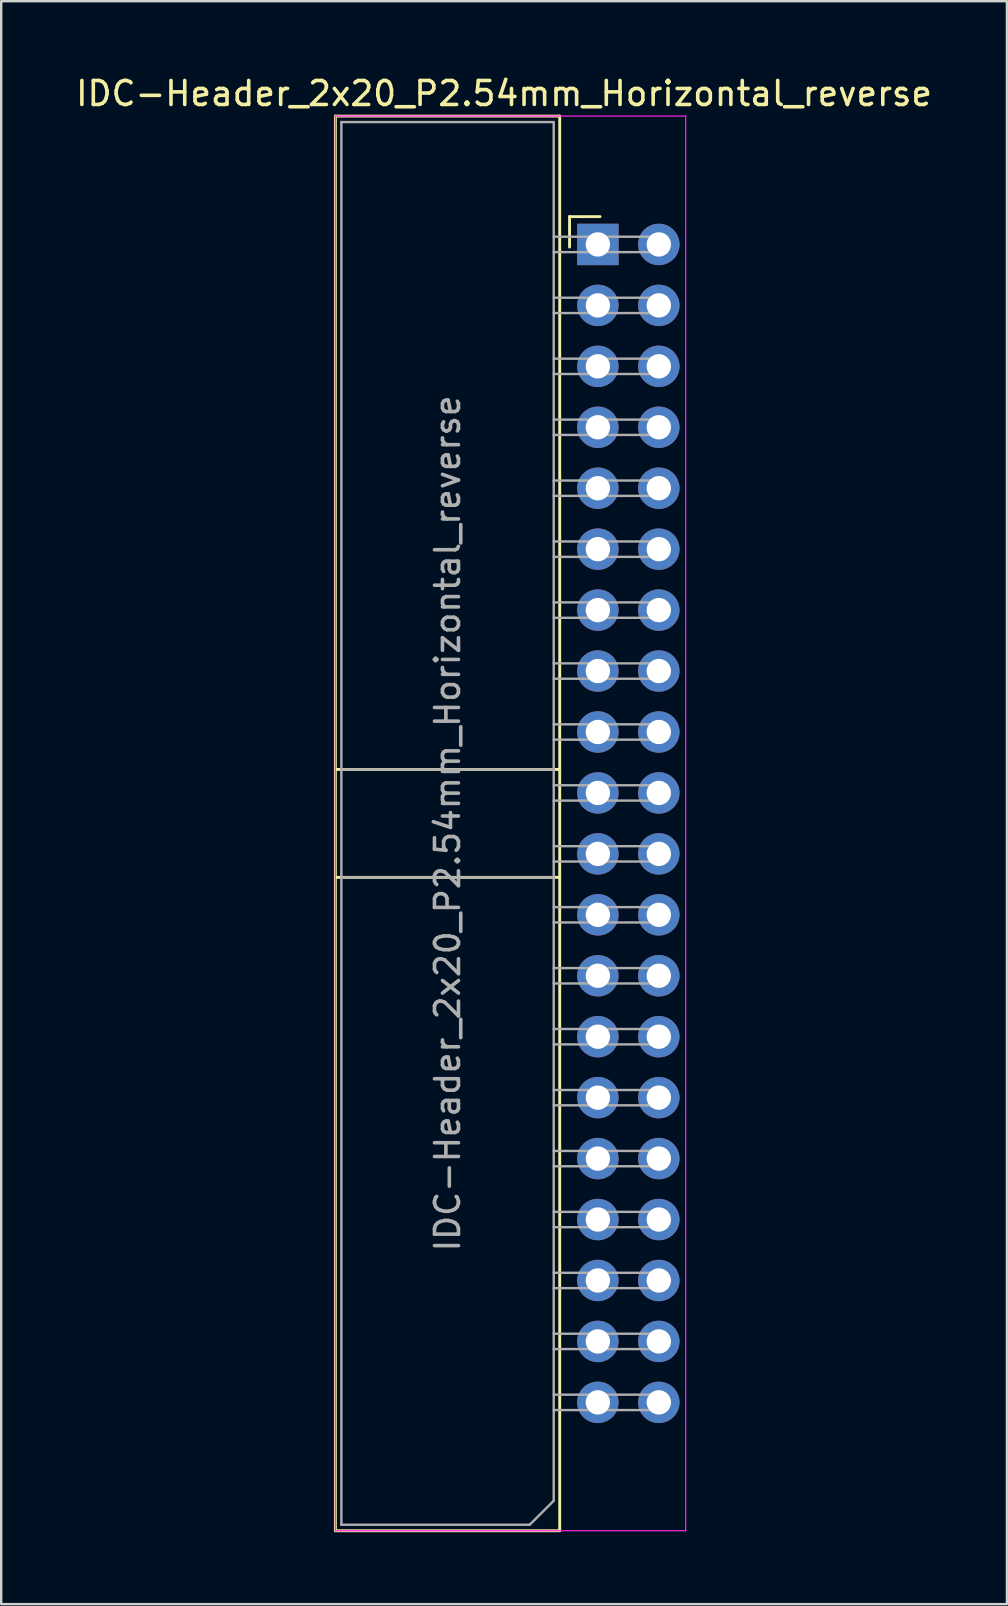
<source format=kicad_pcb>
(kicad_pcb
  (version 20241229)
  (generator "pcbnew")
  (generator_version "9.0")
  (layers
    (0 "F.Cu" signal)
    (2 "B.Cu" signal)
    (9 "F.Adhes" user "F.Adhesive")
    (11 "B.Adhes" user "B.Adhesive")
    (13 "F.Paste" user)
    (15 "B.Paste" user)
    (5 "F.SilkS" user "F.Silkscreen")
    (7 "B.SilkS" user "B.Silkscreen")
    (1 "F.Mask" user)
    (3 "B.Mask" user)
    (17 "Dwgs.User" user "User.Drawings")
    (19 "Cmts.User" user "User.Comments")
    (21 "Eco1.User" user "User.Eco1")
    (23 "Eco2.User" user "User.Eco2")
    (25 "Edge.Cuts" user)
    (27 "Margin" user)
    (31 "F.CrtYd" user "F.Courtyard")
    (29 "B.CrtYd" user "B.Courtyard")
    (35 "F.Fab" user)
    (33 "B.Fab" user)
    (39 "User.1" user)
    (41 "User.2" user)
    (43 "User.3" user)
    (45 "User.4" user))
  (footprint "IDC-Header_2x20_P2.54mm_Horizontal_reverse"
    (layer "F.Cu")
    (at 21.858 7.148)
    (property "Reference" "IDC-Header_2x20_P2.54mm_Horizontal_reverse" (at -3.9 -6.3 180) (layer "F.SilkS") (effects (font (size 1 1) (thickness 0.15))))
    (attr through_hole)
    (fp_line (start -10.93 53.6) (end -10.93 -5.36) (stroke (width 0.12) (type solid)) (layer "F.SilkS"))
    (fp_line (start -1.58 -5.36) (end -10.93 -5.36) (stroke (width 0.12) (type solid)) (layer "F.SilkS"))
    (fp_line (start -1.58 -5.36) (end -1.58 53.6) (stroke (width 0.12) (type solid)) (layer "F.SilkS"))
    (fp_line (start -1.58 21.87) (end -10.93 21.87) (stroke (width 0.12) (type solid)) (layer "F.SilkS"))
    (fp_line (start -1.58 26.37) (end -10.93 26.37) (stroke (width 0.12) (type solid)) (layer "F.SilkS"))
    (fp_line (start -1.58 53.6) (end -10.93 53.6) (stroke (width 0.12) (type solid)) (layer "F.SilkS"))
    (fp_line (start -1.17 -1.17) (end -1.17 0.1) (stroke (width 0.12) (type solid)) (layer "F.SilkS"))
    (fp_line (start 0.1 -1.17) (end -1.17 -1.17) (stroke (width 0.12) (type solid)) (layer "F.SilkS"))
    (fp_line (start -10.93 -5.36) (end 3.67 -5.36) (stroke (width 0.05) (type solid)) (layer "F.CrtYd"))
    (fp_line (start -10.93 53.6) (end -10.93 -5.36) (stroke (width 0.05) (type solid)) (layer "F.CrtYd"))
    (fp_line (start 3.67 -5.36) (end 3.67 53.6) (stroke (width 0.05) (type solid)) (layer "F.CrtYd"))
    (fp_line (start 3.67 53.6) (end -10.93 53.6) (stroke (width 0.05) (type solid)) (layer "F.CrtYd"))
    (fp_line (start -10.68 -5.11) (end -10.68 53.35) (stroke (width 0.1) (type solid)) (layer "F.Fab"))
    (fp_line (start -2.83 53.35) (end -10.68 53.35) (stroke (width 0.1) (type solid)) (layer "F.Fab"))
    (fp_line (start -1.83 -5.11) (end -10.68 -5.11) (stroke (width 0.1) (type solid)) (layer "F.Fab"))
    (fp_line (start -1.83 -5.11) (end -1.83 52.35) (stroke (width 0.1) (type solid)) (layer "F.Fab"))
    (fp_line (start -1.83 0.31) (end 2.87 0.31) (stroke (width 0.1) (type solid)) (layer "F.Fab"))
    (fp_line (start -1.83 2.85) (end 2.87 2.85) (stroke (width 0.1) (type solid)) (layer "F.Fab"))
    (fp_line (start -1.83 5.39) (end 2.87 5.39) (stroke (width 0.1) (type solid)) (layer "F.Fab"))
    (fp_line (start -1.83 7.93) (end 2.87 7.93) (stroke (width 0.1) (type solid)) (layer "F.Fab"))
    (fp_line (start -1.83 10.47) (end 2.87 10.47) (stroke (width 0.1) (type solid)) (layer "F.Fab"))
    (fp_line (start -1.83 13.01) (end 2.87 13.01) (stroke (width 0.1) (type solid)) (layer "F.Fab"))
    (fp_line (start -1.83 15.55) (end 2.87 15.55) (stroke (width 0.1) (type solid)) (layer "F.Fab"))
    (fp_line (start -1.83 18.09) (end 2.87 18.09) (stroke (width 0.1) (type solid)) (layer "F.Fab"))
    (fp_line (start -1.83 20.63) (end 2.87 20.63) (stroke (width 0.1) (type solid)) (layer "F.Fab"))
    (fp_line (start -1.83 21.87) (end -10.68 21.87) (stroke (width 0.1) (type solid)) (layer "F.Fab"))
    (fp_line (start -1.83 23.17) (end 2.87 23.17) (stroke (width 0.1) (type solid)) (layer "F.Fab"))
    (fp_line (start -1.83 25.71) (end 2.87 25.71) (stroke (width 0.1) (type solid)) (layer "F.Fab"))
    (fp_line (start -1.83 26.37) (end -10.68 26.37) (stroke (width 0.1) (type solid)) (layer "F.Fab"))
    (fp_line (start -1.83 28.25) (end 2.87 28.25) (stroke (width 0.1) (type solid)) (layer "F.Fab"))
    (fp_line (start -1.83 30.79) (end 2.87 30.79) (stroke (width 0.1) (type solid)) (layer "F.Fab"))
    (fp_line (start -1.83 33.33) (end 2.87 33.33) (stroke (width 0.1) (type solid)) (layer "F.Fab"))
    (fp_line (start -1.83 35.87) (end 2.87 35.87) (stroke (width 0.1) (type solid)) (layer "F.Fab"))
    (fp_line (start -1.83 38.41) (end 2.87 38.41) (stroke (width 0.1) (type solid)) (layer "F.Fab"))
    (fp_line (start -1.83 40.95) (end 2.87 40.95) (stroke (width 0.1) (type solid)) (layer "F.Fab"))
    (fp_line (start -1.83 43.49) (end 2.87 43.49) (stroke (width 0.1) (type solid)) (layer "F.Fab"))
    (fp_line (start -1.83 46.03) (end 2.87 46.03) (stroke (width 0.1) (type solid)) (layer "F.Fab"))
    (fp_line (start -1.83 48.57) (end 2.87 48.57) (stroke (width 0.1) (type solid)) (layer "F.Fab"))
    (fp_line (start -1.83 52.35) (end -2.83 53.35) (stroke (width 0.1) (type solid)) (layer "F.Fab"))
    (fp_line (start 2.87 -0.33) (end -1.83 -0.33) (stroke (width 0.1) (type solid)) (layer "F.Fab"))
    (fp_line (start 2.87 0.31) (end 2.87 -0.33) (stroke (width 0.1) (type solid)) (layer "F.Fab"))
    (fp_line (start 2.87 2.21) (end -1.83 2.21) (stroke (width 0.1) (type solid)) (layer "F.Fab"))
    (fp_line (start 2.87 2.85) (end 2.87 2.21) (stroke (width 0.1) (type solid)) (layer "F.Fab"))
    (fp_line (start 2.87 4.75) (end -1.83 4.75) (stroke (width 0.1) (type solid)) (layer "F.Fab"))
    (fp_line (start 2.87 5.39) (end 2.87 4.75) (stroke (width 0.1) (type solid)) (layer "F.Fab"))
    (fp_line (start 2.87 7.29) (end -1.83 7.29) (stroke (width 0.1) (type solid)) (layer "F.Fab"))
    (fp_line (start 2.87 7.93) (end 2.87 7.29) (stroke (width 0.1) (type solid)) (layer "F.Fab"))
    (fp_line (start 2.87 9.83) (end -1.83 9.83) (stroke (width 0.1) (type solid)) (layer "F.Fab"))
    (fp_line (start 2.87 10.47) (end 2.87 9.83) (stroke (width 0.1) (type solid)) (layer "F.Fab"))
    (fp_line (start 2.87 12.37) (end -1.83 12.37) (stroke (width 0.1) (type solid)) (layer "F.Fab"))
    (fp_line (start 2.87 13.01) (end 2.87 12.37) (stroke (width 0.1) (type solid)) (layer "F.Fab"))
    (fp_line (start 2.87 14.91) (end -1.83 14.91) (stroke (width 0.1) (type solid)) (layer "F.Fab"))
    (fp_line (start 2.87 15.55) (end 2.87 14.91) (stroke (width 0.1) (type solid)) (layer "F.Fab"))
    (fp_line (start 2.87 17.45) (end -1.83 17.45) (stroke (width 0.1) (type solid)) (layer "F.Fab"))
    (fp_line (start 2.87 18.09) (end 2.87 17.45) (stroke (width 0.1) (type solid)) (layer "F.Fab"))
    (fp_line (start 2.87 19.99) (end -1.83 19.99) (stroke (width 0.1) (type solid)) (layer "F.Fab"))
    (fp_line (start 2.87 20.63) (end 2.87 19.99) (stroke (width 0.1) (type solid)) (layer "F.Fab"))
    (fp_line (start 2.87 22.53) (end -1.83 22.53) (stroke (width 0.1) (type solid)) (layer "F.Fab"))
    (fp_line (start 2.87 23.17) (end 2.87 22.53) (stroke (width 0.1) (type solid)) (layer "F.Fab"))
    (fp_line (start 2.87 25.07) (end -1.83 25.07) (stroke (width 0.1) (type solid)) (layer "F.Fab"))
    (fp_line (start 2.87 25.71) (end 2.87 25.07) (stroke (width 0.1) (type solid)) (layer "F.Fab"))
    (fp_line (start 2.87 27.61) (end -1.83 27.61) (stroke (width 0.1) (type solid)) (layer "F.Fab"))
    (fp_line (start 2.87 28.25) (end 2.87 27.61) (stroke (width 0.1) (type solid)) (layer "F.Fab"))
    (fp_line (start 2.87 30.15) (end -1.83 30.15) (stroke (width 0.1) (type solid)) (layer "F.Fab"))
    (fp_line (start 2.87 30.79) (end 2.87 30.15) (stroke (width 0.1) (type solid)) (layer "F.Fab"))
    (fp_line (start 2.87 32.69) (end -1.83 32.69) (stroke (width 0.1) (type solid)) (layer "F.Fab"))
    (fp_line (start 2.87 33.33) (end 2.87 32.69) (stroke (width 0.1) (type solid)) (layer "F.Fab"))
    (fp_line (start 2.87 35.23) (end -1.83 35.23) (stroke (width 0.1) (type solid)) (layer "F.Fab"))
    (fp_line (start 2.87 35.87) (end 2.87 35.23) (stroke (width 0.1) (type solid)) (layer "F.Fab"))
    (fp_line (start 2.87 37.77) (end -1.83 37.77) (stroke (width 0.1) (type solid)) (layer "F.Fab"))
    (fp_line (start 2.87 38.41) (end 2.87 37.77) (stroke (width 0.1) (type solid)) (layer "F.Fab"))
    (fp_line (start 2.87 40.31) (end -1.83 40.31) (stroke (width 0.1) (type solid)) (layer "F.Fab"))
    (fp_line (start 2.87 40.95) (end 2.87 40.31) (stroke (width 0.1) (type solid)) (layer "F.Fab"))
    (fp_line (start 2.87 42.85) (end -1.83 42.85) (stroke (width 0.1) (type solid)) (layer "F.Fab"))
    (fp_line (start 2.87 43.49) (end 2.87 42.85) (stroke (width 0.1) (type solid)) (layer "F.Fab"))
    (fp_line (start 2.87 45.39) (end -1.83 45.39) (stroke (width 0.1) (type solid)) (layer "F.Fab"))
    (fp_line (start 2.87 46.03) (end 2.87 45.39) (stroke (width 0.1) (type solid)) (layer "F.Fab"))
    (fp_line (start 2.87 47.93) (end -1.83 47.93) (stroke (width 0.1) (type solid)) (layer "F.Fab"))
    (fp_line (start 2.87 48.57) (end 2.87 47.93) (stroke (width 0.1) (type solid)) (layer "F.Fab"))
    (fp_text user "${REFERENCE}" (at -6.255 24.12 270) (layer "F.Fab") (effects (font (size 1 1) (thickness 0.15))))
    (pad "1" thru_hole rect (at 0.01 -0.01 180) (size 1.727 1.727) (drill 1.016) (layers "*.Cu" "*.Mask"))
    (pad "2" thru_hole oval (at 2.55 -0.01 180) (size 1.727 1.727) (drill 1.016) (layers "*.Cu" "*.Mask"))
    (pad "3" thru_hole oval (at 0.01 2.53 180) (size 1.727 1.727) (drill 1.016) (layers "*.Cu" "*.Mask"))
    (pad "4" thru_hole oval (at 2.55 2.53 180) (size 1.727 1.727) (drill 1.016) (layers "*.Cu" "*.Mask"))
    (pad "5" thru_hole oval (at 0.01 5.07 180) (size 1.727 1.727) (drill 1.016) (layers "*.Cu" "*.Mask"))
    (pad "6" thru_hole oval (at 2.55 5.07 180) (size 1.727 1.727) (drill 1.016) (layers "*.Cu" "*.Mask"))
    (pad "7" thru_hole oval (at 0.01 7.61 180) (size 1.727 1.727) (drill 1.016) (layers "*.Cu" "*.Mask"))
    (pad "8" thru_hole oval (at 2.55 7.61 180) (size 1.727 1.727) (drill 1.016) (layers "*.Cu" "*.Mask"))
    (pad "9" thru_hole oval (at 0.01 10.15 180) (size 1.727 1.727) (drill 1.016) (layers "*.Cu" "*.Mask"))
    (pad "10" thru_hole oval (at 2.55 10.15 180) (size 1.727 1.727) (drill 1.016) (layers "*.Cu" "*.Mask"))
    (pad "11" thru_hole oval (at 0.01 12.69 180) (size 1.727 1.727) (drill 1.016) (layers "*.Cu" "*.Mask"))
    (pad "12" thru_hole oval (at 2.55 12.69 180) (size 1.727 1.727) (drill 1.016) (layers "*.Cu" "*.Mask"))
    (pad "13" thru_hole oval (at 0.01 15.23 180) (size 1.727 1.727) (drill 1.016) (layers "*.Cu" "*.Mask"))
    (pad "14" thru_hole oval (at 2.55 15.23 180) (size 1.727 1.727) (drill 1.016) (layers "*.Cu" "*.Mask"))
    (pad "15" thru_hole oval (at 0.01 17.77 180) (size 1.727 1.727) (drill 1.016) (layers "*.Cu" "*.Mask"))
    (pad "16" thru_hole oval (at 2.55 17.77 180) (size 1.727 1.727) (drill 1.016) (layers "*.Cu" "*.Mask"))
    (pad "17" thru_hole oval (at 0.01 20.31 180) (size 1.727 1.727) (drill 1.016) (layers "*.Cu" "*.Mask"))
    (pad "18" thru_hole oval (at 2.55 20.31 180) (size 1.727 1.727) (drill 1.016) (layers "*.Cu" "*.Mask"))
    (pad "19" thru_hole oval (at 0.01 22.85 180) (size 1.727 1.727) (drill 1.016) (layers "*.Cu" "*.Mask"))
    (pad "20" thru_hole oval (at 2.55 22.85 180) (size 1.727 1.727) (drill 1.016) (layers "*.Cu" "*.Mask"))
    (pad "21" thru_hole oval (at 0.01 25.39 180) (size 1.727 1.727) (drill 1.016) (layers "*.Cu" "*.Mask"))
    (pad "22" thru_hole oval (at 2.55 25.39 180) (size 1.727 1.727) (drill 1.016) (layers "*.Cu" "*.Mask"))
    (pad "23" thru_hole oval (at 0.01 27.93 180) (size 1.727 1.727) (drill 1.016) (layers "*.Cu" "*.Mask"))
    (pad "24" thru_hole oval (at 2.55 27.93 180) (size 1.727 1.727) (drill 1.016) (layers "*.Cu" "*.Mask"))
    (pad "25" thru_hole oval (at 0.01 30.47 180) (size 1.727 1.727) (drill 1.016) (layers "*.Cu" "*.Mask"))
    (pad "26" thru_hole oval (at 2.55 30.47 180) (size 1.727 1.727) (drill 1.016) (layers "*.Cu" "*.Mask"))
    (pad "27" thru_hole oval (at 0.01 33.01 180) (size 1.727 1.727) (drill 1.016) (layers "*.Cu" "*.Mask"))
    (pad "28" thru_hole oval (at 2.55 33.01 180) (size 1.727 1.727) (drill 1.016) (layers "*.Cu" "*.Mask"))
    (pad "29" thru_hole oval (at 0.01 35.55 180) (size 1.727 1.727) (drill 1.016) (layers "*.Cu" "*.Mask"))
    (pad "30" thru_hole oval (at 2.55 35.55 180) (size 1.727 1.727) (drill 1.016) (layers "*.Cu" "*.Mask"))
    (pad "31" thru_hole oval (at 0.01 38.09 180) (size 1.727 1.727) (drill 1.016) (layers "*.Cu" "*.Mask"))
    (pad "32" thru_hole oval (at 2.55 38.09 180) (size 1.727 1.727) (drill 1.016) (layers "*.Cu" "*.Mask"))
    (pad "33" thru_hole oval (at 0.01 40.63 180) (size 1.727 1.727) (drill 1.016) (layers "*.Cu" "*.Mask"))
    (pad "34" thru_hole oval (at 2.55 40.63 180) (size 1.727 1.727) (drill 1.016) (layers "*.Cu" "*.Mask"))
    (pad "35" thru_hole oval (at 0.01 43.17 180) (size 1.727 1.727) (drill 1.016) (layers "*.Cu" "*.Mask"))
    (pad "36" thru_hole oval (at 2.55 43.17 180) (size 1.727 1.727) (drill 1.016) (layers "*.Cu" "*.Mask"))
    (pad "37" thru_hole oval (at 0.01 45.71 180) (size 1.727 1.727) (drill 1.016) (layers "*.Cu" "*.Mask"))
    (pad "38" thru_hole oval (at 2.55 45.71 180) (size 1.727 1.727) (drill 1.016) (layers "*.Cu" "*.Mask"))
    (pad "39" thru_hole oval (at 0.01 48.25 180) (size 1.727 1.727) (drill 1.016) (layers "*.Cu" "*.Mask"))
    (pad "40" thru_hole circle (at 2.55 48.25 180) (size 1.727 1.727) (drill 1.016) (layers "*.Cu" "*.Mask")))
  (gr_rect
    (start -3 -3)
    (end 38.917 63.808)
    (stroke (width 0.1) (type default))
    (fill no)
    (layer "Edge.Cuts")))
</source>
